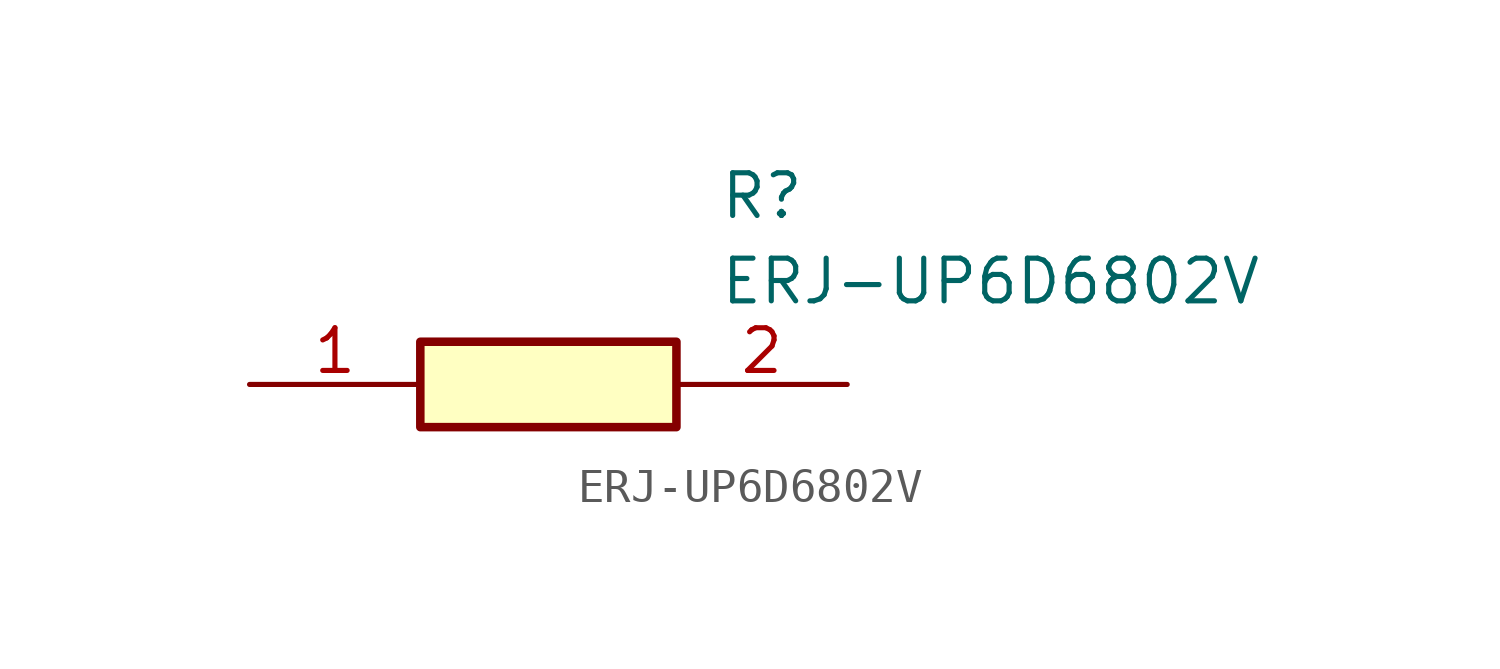
<source format=kicad_sym>
(kicad_symbol_lib
  (version 20211014)
  (generator SamacSys_ECAD_Model)
  (symbol "ERJ-UP6D6802V"
    (pin_names hide)
    (property "Reference" "R"
      (at 13.97 6.35 0)
      (effects (font (size 1.27 1.27)) (justify left top)))
    (property "Value" "ERJ-UP6D6802V"
      (at 13.97 3.81 0)
      (effects (font (size 1.27 1.27)) (justify left top)))
    (rectangle
      (start 5.08 1.27)
      (end 12.7 -1.27)
      (stroke (width 0.254) (type default))
      (fill (type background)))
    (pin passive line
      (at 0 0 0)
      (length 5.08)
      (name "1" (effects (font (size 1.27 1.27))))
      (number "1" (effects (font (size 1.27 1.27)))))
    (pin passive line
      (at 17.78 0 180)
      (length 5.08)
      (name "2" (effects (font (size 1.27 1.27))))
      (number "2" (effects (font (size 1.27 1.27)))))))
</source>
